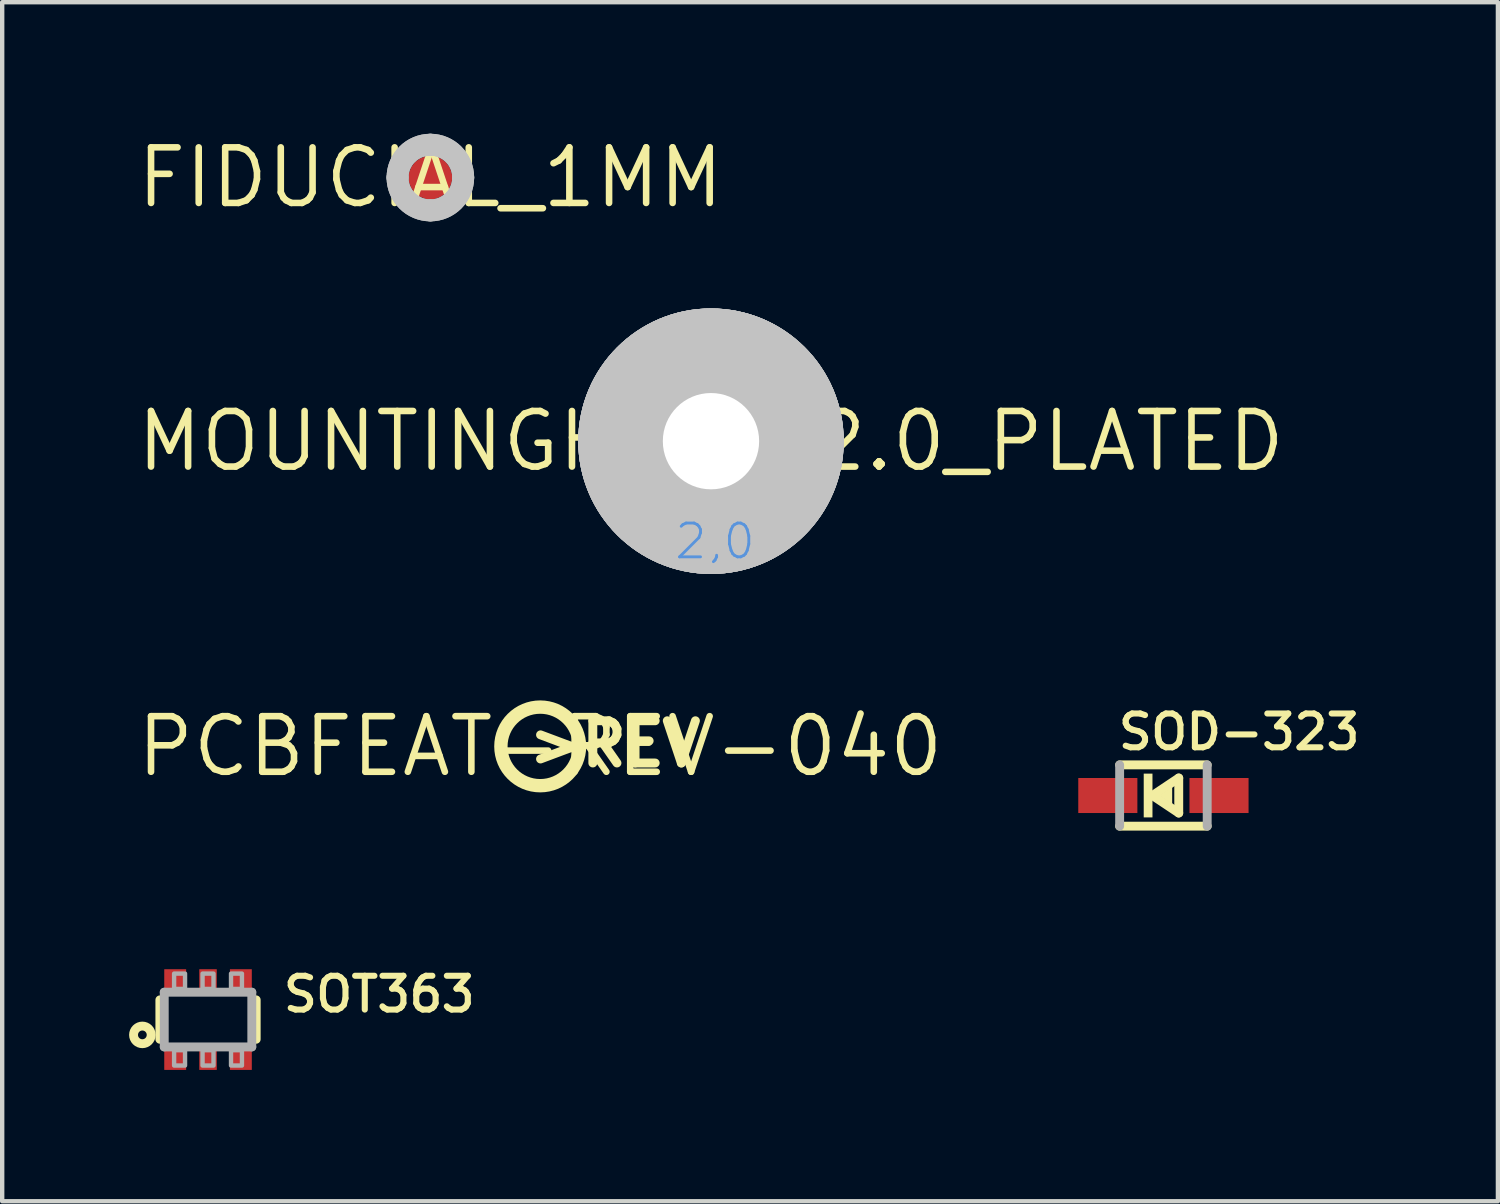
<source format=kicad_pcb>
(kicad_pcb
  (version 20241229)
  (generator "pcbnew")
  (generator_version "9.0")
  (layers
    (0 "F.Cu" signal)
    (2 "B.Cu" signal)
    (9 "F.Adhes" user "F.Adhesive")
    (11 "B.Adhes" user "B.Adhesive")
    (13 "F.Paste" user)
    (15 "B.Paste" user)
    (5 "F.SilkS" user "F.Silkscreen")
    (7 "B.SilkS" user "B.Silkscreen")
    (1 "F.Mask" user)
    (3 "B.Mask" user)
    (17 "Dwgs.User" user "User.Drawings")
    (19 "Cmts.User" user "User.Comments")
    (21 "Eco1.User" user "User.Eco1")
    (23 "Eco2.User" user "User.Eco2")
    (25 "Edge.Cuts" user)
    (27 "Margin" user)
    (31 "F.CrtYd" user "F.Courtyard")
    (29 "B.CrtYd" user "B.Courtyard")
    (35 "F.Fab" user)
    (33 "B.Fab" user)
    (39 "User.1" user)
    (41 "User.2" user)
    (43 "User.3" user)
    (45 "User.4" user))
  (footprint "PCBFEAT-REV-040"
    (layer "F.Cu")
    (at 9.29 14)
    (property "Reference" "PCBFEAT-REV-040" (at 0 0 0) (layer "F.SilkS") (effects (font (size 1.27 1.27) (thickness 0.15))))
    (attr through_hole)
    (fp_circle (center 0 0) (end 0.898 0) (stroke (width 0.305) (type solid)) (fill no) (layer "F.SilkS"))
    (fp_text user ">REV" (at -0.356 0.508 0) (layer "F.SilkS") (effects (font (size 0.965 0.965) (thickness 0.203)) (justify left bottom))))
  (footprint "FIDUCIAL_1MM"
    (layer "F.Cu")
    (at 6.781 1.006)
    (property "Reference" "FIDUCIAL_1MM" (at 0 0 0) (layer "F.SilkS") (effects (font (size 1.27 1.27) (thickness 0.15))))
    (attr through_hole)
    (fp_arc (start -0.75 0) (mid -0.53033 -0.53033) (end 0 -0.75) (stroke (width 0.5) (type solid)) (layer "F.Mask"))
    (fp_arc (start 0 -0.75) (mid 0.53033 -0.53033) (end 0.75 0) (stroke (width 0.5) (type solid)) (layer "F.Mask"))
    (fp_arc (start 0 0.75) (mid -0.53033 0.53033) (end -0.75 0) (stroke (width 0.5) (type solid)) (layer "F.Mask"))
    (fp_arc (start 0.75 0) (mid 0.53033 0.53033) (end 0 0.75) (stroke (width 0.5) (type solid)) (layer "F.Mask"))
    (fp_arc (start -0.75 0) (mid -0.53033 -0.53033) (end 0 -0.75) (stroke (width 0.5) (type solid)) (layer "Dwgs.User"))
    (fp_arc (start -0.75 0) (mid -0.53033 -0.53033) (end 0 -0.75) (stroke (width 0.5) (type solid)) (layer "Dwgs.User"))
    (fp_arc (start 0 -0.75) (mid 0.53033 -0.53033) (end 0.75 0) (stroke (width 0.5) (type solid)) (layer "Dwgs.User"))
    (fp_arc (start 0 -0.75) (mid 0.53033 -0.53033) (end 0.75 0) (stroke (width 0.5) (type solid)) (layer "Dwgs.User"))
    (fp_arc (start 0 0.75) (mid -0.53033 0.53033) (end -0.75 0) (stroke (width 0.5) (type solid)) (layer "Dwgs.User"))
    (fp_arc (start 0 0.75) (mid -0.53033 0.53033) (end -0.75 0) (stroke (width 0.5) (type solid)) (layer "Dwgs.User"))
    (fp_arc (start 0.75 0) (mid 0.53033 0.53033) (end 0 0.75) (stroke (width 0.5) (type solid)) (layer "Dwgs.User"))
    (fp_arc (start 0.75 0) (mid 0.53033 0.53033) (end 0 0.75) (stroke (width 0.5) (type solid)) (layer "Dwgs.User"))
    (pad "1" smd roundrect (at 0 0) (size 1 1) (layers "F.Cu" "F.Mask") (roundrect_rratio 0.5)))
  (footprint "MOUNTINGHOLE_2.0_PLATED"
    (layer "F.Cu")
    (at 13.191 7.028)
    (property "Reference" "MOUNTINGHOLE_2.0_PLATED" (at 0 0 0) (layer "F.SilkS") (effects (font (size 1.27 1.27) (thickness 0.15))))
    (attr through_hole)
    (fp_circle (center 0 0) (end 1.8 0) (stroke (width 0.203) (type solid)) (fill no) (layer "F.SilkS"))
    (fp_circle (center 0 0) (end 1 0) (stroke (width 2.032) (type solid)) (fill no) (layer "Dwgs.User"))
    (fp_circle (center 0 0) (end 1 0) (stroke (width 2.032) (type solid)) (fill no) (layer "Dwgs.User"))
    (fp_circle (center 0 0) (end 1 0) (stroke (width 2.032) (type solid)) (fill no) (layer "Dwgs.User"))
    (fp_circle (center 0 0) (end 1 0) (stroke (width 2.032) (type solid)) (fill no) (layer "Dwgs.User"))
    (fp_circle (center 0 0) (end 1 0) (stroke (width 2.032) (type solid)) (fill no) (layer "Dwgs.User"))
    (fp_text user "2,0" (at -0.87 2.74 0) (layer "Cmts.User") (effects (font (size 0.772 0.772) (thickness 0.065)) (justify left bottom)))
    (pad "P$1" thru_hole circle (at 0 0) (size 3 3) (drill 2.2) (layers "*.Cu" "*.Mask")))
  (footprint "SOD-323"
    (layer "F.Cu")
    (at 23.526 15.122)
    (property "Reference" "SOD-323" (at -1.1 -1 0) (layer "F.SilkS") (effects (font (size 0.772 0.772) (thickness 0.139)) (justify left bottom)))
    (attr through_hole)
    (fp_line (start -1 -0.7) (end 1 -0.7) (stroke (width 0.203) (type solid)) (layer "F.SilkS"))
    (fp_line (start -0.25 0) (end 0.35 -0.4) (stroke (width 0.203) (type solid)) (layer "F.SilkS"))
    (fp_line (start 0.35 -0.4) (end 0.35 0.4) (stroke (width 0.203) (type solid)) (layer "F.SilkS"))
    (fp_line (start 0.35 0.4) (end -0.25 0) (stroke (width 0.203) (type solid)) (layer "F.SilkS"))
    (fp_line (start 1 0.7) (end -1 0.7) (stroke (width 0.203) (type solid)) (layer "F.SilkS"))
    (fp_poly (pts (xy -0.1 0) (xy 0.2 -0.2) (xy 0.2 0.2)) (stroke (width 0) (type solid)) (fill yes) (layer "F.SilkS"))
    (fp_poly (pts (xy -0.45 0.5) (xy -0.25 0.5) (xy -0.25 -0.5) (xy -0.45 -0.5)) (stroke (width 0) (type solid)) (fill yes) (layer "F.SilkS"))
    (fp_line (start -1 0.7) (end -1 -0.7) (stroke (width 0.203) (type solid)) (layer "F.Fab"))
    (fp_line (start 1 -0.7) (end 1 0.7) (stroke (width 0.203) (type solid)) (layer "F.Fab"))
    (pad "A" smd rect (at 1.27 0) (size 1.35 0.8) (layers "F.Cu" "F.Mask" "F.Paste"))
    (pad "C" smd rect (at -1.27 0) (size 1.35 0.8) (layers "F.Cu" "F.Mask" "F.Paste")))
  (footprint "SOT363"
    (layer "F.Cu")
    (at 1.702 20.24)
    (property "Reference" "SOT363" (at 1.651 -0.127 0) (layer "F.SilkS") (effects (font (size 0.772 0.772) (thickness 0.139)) (justify left bottom)))
    (attr through_hole)
    (fp_line (start -1.1 -0.45) (end -1.1 0.45) (stroke (width 0.203) (type solid)) (layer "F.SilkS"))
    (fp_line (start 1.1 -0.45) (end 1.1 0.45) (stroke (width 0.203) (type solid)) (layer "F.SilkS"))
    (fp_circle (center -1.5 0.35) (end -1.4 0.35) (stroke (width 0.203) (type solid)) (fill no) (layer "F.SilkS"))
    (fp_line (start -1 -0.625) (end 1 -0.625) (stroke (width 0.203) (type solid)) (layer "F.Fab"))
    (fp_line (start -1 0.625) (end -1 -0.625) (stroke (width 0.203) (type solid)) (layer "F.Fab"))
    (fp_line (start 1 -0.625) (end 1 0.625) (stroke (width 0.203) (type solid)) (layer "F.Fab"))
    (fp_line (start 1 0.625) (end -1 0.625) (stroke (width 0.203) (type solid)) (layer "F.Fab"))
    (fp_poly (pts (xy -0.775 -0.7) (xy -0.525 -0.7) (xy -0.525 -1.05) (xy -0.775 -1.05)) (stroke (width 0.1) (type solid)) (fill no) (layer "F.Fab"))
    (fp_poly (pts (xy -0.775 1.05) (xy -0.525 1.05) (xy -0.525 0.7) (xy -0.775 0.7)) (stroke (width 0.1) (type solid)) (fill no) (layer "F.Fab"))
    (fp_poly (pts (xy -0.125 -0.7) (xy 0.125 -0.7) (xy 0.125 -1.05) (xy -0.125 -1.05)) (stroke (width 0.1) (type solid)) (fill no) (layer "F.Fab"))
    (fp_poly (pts (xy -0.125 1.05) (xy 0.125 1.05) (xy 0.125 0.7) (xy -0.125 0.7)) (stroke (width 0.1) (type solid)) (fill no) (layer "F.Fab"))
    (fp_poly (pts (xy 0.525 -0.7) (xy 0.775 -0.7) (xy 0.775 -1.05) (xy 0.525 -1.05)) (stroke (width 0.1) (type solid)) (fill no) (layer "F.Fab"))
    (fp_poly (pts (xy 0.525 1.05) (xy 0.775 1.05) (xy 0.775 0.7) (xy 0.525 0.7)) (stroke (width 0.1) (type solid)) (fill no) (layer "F.Fab"))
    (pad "1" smd rect (at -0.75 0.9) (size 0.5 0.5) (layers "F.Cu" "F.Mask" "F.Paste"))
    (pad "2" smd rect (at 0 0.9) (size 0.4 0.5) (layers "F.Cu" "F.Mask" "F.Paste"))
    (pad "3" smd rect (at 0.75 0.9) (size 0.5 0.5) (layers "F.Cu" "F.Mask" "F.Paste"))
    (pad "4" smd rect (at 0.75 -0.9) (size 0.5 0.5) (layers "F.Cu" "F.Mask" "F.Paste"))
    (pad "5" smd rect (at 0 -0.9) (size 0.4 0.5) (layers "F.Cu" "F.Mask" "F.Paste"))
    (pad "6" smd rect (at -0.75 -0.9) (size 0.5 0.5) (layers "F.Cu" "F.Mask" "F.Paste")))
  (gr_rect
    (start -3 -3)
    (end 31.167 24.39)
    (stroke (width 0.1) (type default))
    (fill no)
    (layer "Edge.Cuts")))
</source>
